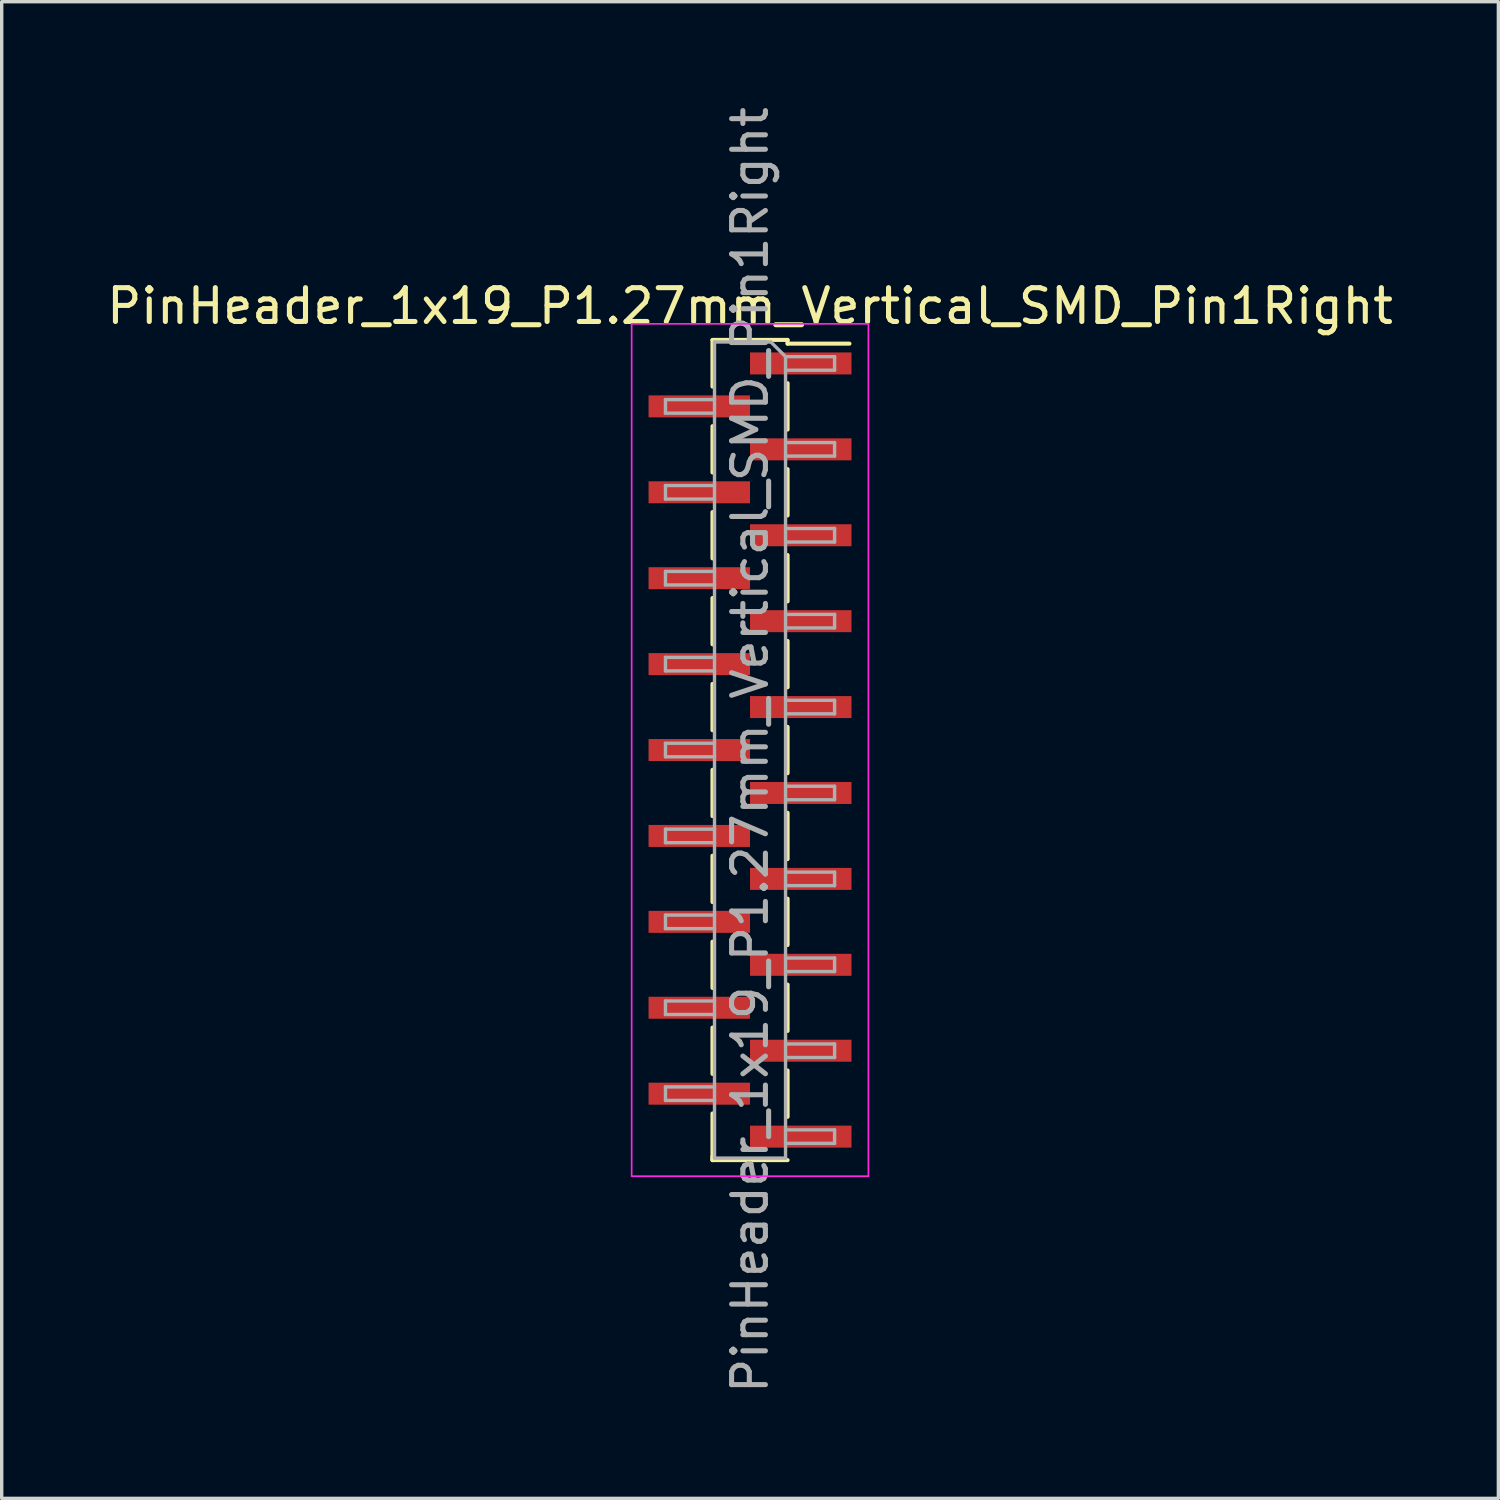
<source format=kicad_pcb>
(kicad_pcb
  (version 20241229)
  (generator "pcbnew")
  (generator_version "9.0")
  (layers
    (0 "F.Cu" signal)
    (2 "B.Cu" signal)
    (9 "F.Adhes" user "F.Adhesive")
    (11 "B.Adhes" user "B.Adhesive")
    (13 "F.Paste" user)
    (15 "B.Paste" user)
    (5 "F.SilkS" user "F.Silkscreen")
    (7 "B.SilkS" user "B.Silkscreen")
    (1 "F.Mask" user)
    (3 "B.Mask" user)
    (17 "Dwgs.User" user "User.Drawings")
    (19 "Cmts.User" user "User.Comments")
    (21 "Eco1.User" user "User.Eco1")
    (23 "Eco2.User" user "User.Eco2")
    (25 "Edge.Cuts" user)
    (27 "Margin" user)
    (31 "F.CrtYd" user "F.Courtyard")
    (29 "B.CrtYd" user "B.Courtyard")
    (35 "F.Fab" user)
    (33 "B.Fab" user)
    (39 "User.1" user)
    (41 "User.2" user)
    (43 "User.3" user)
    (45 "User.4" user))
  (footprint "PinHeader_1x19_P1.27mm_Vertical_SMD_Pin1Right"
    (layer "F.Cu")
    (at 19.125 19.125)
    (property "Reference" "PinHeader_1x19_P1.27mm_Vertical_SMD_Pin1Right" (at 0 -13.125 0) (layer "F.SilkS") (effects (font (size 1 1) (thickness 0.15))))
    (attr smd)
    (fp_line (start -1.11 -12.125) (end 1.11 -12.125) (stroke (width 0.12) (type solid)) (layer "F.SilkS"))
    (fp_line (start -1.11 -12.115) (end -1.11 -10.745) (stroke (width 0.12) (type solid)) (layer "F.SilkS"))
    (fp_line (start -1.11 -9.575) (end -1.11 -8.205) (stroke (width 0.12) (type solid)) (layer "F.SilkS"))
    (fp_line (start -1.11 -7.035) (end -1.11 -5.665) (stroke (width 0.12) (type solid)) (layer "F.SilkS"))
    (fp_line (start -1.11 -4.495) (end -1.11 -3.125) (stroke (width 0.12) (type solid)) (layer "F.SilkS"))
    (fp_line (start -1.11 -1.955) (end -1.11 -0.585) (stroke (width 0.12) (type solid)) (layer "F.SilkS"))
    (fp_line (start -1.11 0.585) (end -1.11 1.955) (stroke (width 0.12) (type solid)) (layer "F.SilkS"))
    (fp_line (start -1.11 3.125) (end -1.11 4.495) (stroke (width 0.12) (type solid)) (layer "F.SilkS"))
    (fp_line (start -1.11 5.665) (end -1.11 7.035) (stroke (width 0.12) (type solid)) (layer "F.SilkS"))
    (fp_line (start -1.11 8.205) (end -1.11 9.575) (stroke (width 0.12) (type solid)) (layer "F.SilkS"))
    (fp_line (start -1.11 10.745) (end -1.11 12.115) (stroke (width 0.12) (type solid)) (layer "F.SilkS"))
    (fp_line (start -1.11 12.015) (end -1.11 12.125) (stroke (width 0.12) (type solid)) (layer "F.SilkS"))
    (fp_line (start -1.11 12.125) (end 1.11 12.125) (stroke (width 0.12) (type solid)) (layer "F.SilkS"))
    (fp_line (start 1.11 -12.125) (end 1.11 -12.015) (stroke (width 0.12) (type solid)) (layer "F.SilkS"))
    (fp_line (start 1.11 -12.015) (end 2.94 -12.015) (stroke (width 0.12) (type solid)) (layer "F.SilkS"))
    (fp_line (start 1.11 -10.845) (end 1.11 -9.475) (stroke (width 0.12) (type solid)) (layer "F.SilkS"))
    (fp_line (start 1.11 -8.305) (end 1.11 -6.935) (stroke (width 0.12) (type solid)) (layer "F.SilkS"))
    (fp_line (start 1.11 -5.765) (end 1.11 -4.395) (stroke (width 0.12) (type solid)) (layer "F.SilkS"))
    (fp_line (start 1.11 -3.225) (end 1.11 -1.855) (stroke (width 0.12) (type solid)) (layer "F.SilkS"))
    (fp_line (start 1.11 -0.685) (end 1.11 0.685) (stroke (width 0.12) (type solid)) (layer "F.SilkS"))
    (fp_line (start 1.11 1.855) (end 1.11 3.225) (stroke (width 0.12) (type solid)) (layer "F.SilkS"))
    (fp_line (start 1.11 4.395) (end 1.11 5.765) (stroke (width 0.12) (type solid)) (layer "F.SilkS"))
    (fp_line (start 1.11 6.935) (end 1.11 8.305) (stroke (width 0.12) (type solid)) (layer "F.SilkS"))
    (fp_line (start 1.11 9.475) (end 1.11 10.845) (stroke (width 0.12) (type solid)) (layer "F.SilkS"))
    (fp_line (start -3.5 -12.6) (end -3.5 12.6) (stroke (width 0.05) (type solid)) (layer "F.CrtYd"))
    (fp_line (start -3.5 12.6) (end 3.5 12.6) (stroke (width 0.05) (type solid)) (layer "F.CrtYd"))
    (fp_line (start 3.5 -12.6) (end -3.5 -12.6) (stroke (width 0.05) (type solid)) (layer "F.CrtYd"))
    (fp_line (start 3.5 12.6) (end 3.5 -12.6) (stroke (width 0.05) (type solid)) (layer "F.CrtYd"))
    (fp_line (start -2.5 -10.36) (end -2.5 -9.96) (stroke (width 0.1) (type solid)) (layer "F.Fab"))
    (fp_line (start -2.5 -9.96) (end -1.05 -9.96) (stroke (width 0.1) (type solid)) (layer "F.Fab"))
    (fp_line (start -2.5 -7.82) (end -2.5 -7.42) (stroke (width 0.1) (type solid)) (layer "F.Fab"))
    (fp_line (start -2.5 -7.42) (end -1.05 -7.42) (stroke (width 0.1) (type solid)) (layer "F.Fab"))
    (fp_line (start -2.5 -5.28) (end -2.5 -4.88) (stroke (width 0.1) (type solid)) (layer "F.Fab"))
    (fp_line (start -2.5 -4.88) (end -1.05 -4.88) (stroke (width 0.1) (type solid)) (layer "F.Fab"))
    (fp_line (start -2.5 -2.74) (end -2.5 -2.34) (stroke (width 0.1) (type solid)) (layer "F.Fab"))
    (fp_line (start -2.5 -2.34) (end -1.05 -2.34) (stroke (width 0.1) (type solid)) (layer "F.Fab"))
    (fp_line (start -2.5 -0.2) (end -2.5 0.2) (stroke (width 0.1) (type solid)) (layer "F.Fab"))
    (fp_line (start -2.5 0.2) (end -1.05 0.2) (stroke (width 0.1) (type solid)) (layer "F.Fab"))
    (fp_line (start -2.5 2.34) (end -2.5 2.74) (stroke (width 0.1) (type solid)) (layer "F.Fab"))
    (fp_line (start -2.5 2.74) (end -1.05 2.74) (stroke (width 0.1) (type solid)) (layer "F.Fab"))
    (fp_line (start -2.5 4.88) (end -2.5 5.28) (stroke (width 0.1) (type solid)) (layer "F.Fab"))
    (fp_line (start -2.5 5.28) (end -1.05 5.28) (stroke (width 0.1) (type solid)) (layer "F.Fab"))
    (fp_line (start -2.5 7.42) (end -2.5 7.82) (stroke (width 0.1) (type solid)) (layer "F.Fab"))
    (fp_line (start -2.5 7.82) (end -1.05 7.82) (stroke (width 0.1) (type solid)) (layer "F.Fab"))
    (fp_line (start -2.5 9.96) (end -2.5 10.36) (stroke (width 0.1) (type solid)) (layer "F.Fab"))
    (fp_line (start -2.5 10.36) (end -1.05 10.36) (stroke (width 0.1) (type solid)) (layer "F.Fab"))
    (fp_line (start -1.05 -12.065) (end -1.05 12.065) (stroke (width 0.1) (type solid)) (layer "F.Fab"))
    (fp_line (start -1.05 -12.065) (end 0.615 -12.065) (stroke (width 0.1) (type solid)) (layer "F.Fab"))
    (fp_line (start -1.05 -10.36) (end -2.5 -10.36) (stroke (width 0.1) (type solid)) (layer "F.Fab"))
    (fp_line (start -1.05 -7.82) (end -2.5 -7.82) (stroke (width 0.1) (type solid)) (layer "F.Fab"))
    (fp_line (start -1.05 -5.28) (end -2.5 -5.28) (stroke (width 0.1) (type solid)) (layer "F.Fab"))
    (fp_line (start -1.05 -2.74) (end -2.5 -2.74) (stroke (width 0.1) (type solid)) (layer "F.Fab"))
    (fp_line (start -1.05 -0.2) (end -2.5 -0.2) (stroke (width 0.1) (type solid)) (layer "F.Fab"))
    (fp_line (start -1.05 2.34) (end -2.5 2.34) (stroke (width 0.1) (type solid)) (layer "F.Fab"))
    (fp_line (start -1.05 4.88) (end -2.5 4.88) (stroke (width 0.1) (type solid)) (layer "F.Fab"))
    (fp_line (start -1.05 7.42) (end -2.5 7.42) (stroke (width 0.1) (type solid)) (layer "F.Fab"))
    (fp_line (start -1.05 9.96) (end -2.5 9.96) (stroke (width 0.1) (type solid)) (layer "F.Fab"))
    (fp_line (start 1.05 -11.63) (end 0.615 -12.065) (stroke (width 0.1) (type solid)) (layer "F.Fab"))
    (fp_line (start 1.05 -11.63) (end 2.5 -11.63) (stroke (width 0.1) (type solid)) (layer "F.Fab"))
    (fp_line (start 1.05 -9.09) (end 2.5 -9.09) (stroke (width 0.1) (type solid)) (layer "F.Fab"))
    (fp_line (start 1.05 -6.55) (end 2.5 -6.55) (stroke (width 0.1) (type solid)) (layer "F.Fab"))
    (fp_line (start 1.05 -4.01) (end 2.5 -4.01) (stroke (width 0.1) (type solid)) (layer "F.Fab"))
    (fp_line (start 1.05 -1.47) (end 2.5 -1.47) (stroke (width 0.1) (type solid)) (layer "F.Fab"))
    (fp_line (start 1.05 1.07) (end 2.5 1.07) (stroke (width 0.1) (type solid)) (layer "F.Fab"))
    (fp_line (start 1.05 3.61) (end 2.5 3.61) (stroke (width 0.1) (type solid)) (layer "F.Fab"))
    (fp_line (start 1.05 6.15) (end 2.5 6.15) (stroke (width 0.1) (type solid)) (layer "F.Fab"))
    (fp_line (start 1.05 8.69) (end 2.5 8.69) (stroke (width 0.1) (type solid)) (layer "F.Fab"))
    (fp_line (start 1.05 11.23) (end 2.5 11.23) (stroke (width 0.1) (type solid)) (layer "F.Fab"))
    (fp_line (start 1.05 12.065) (end -1.05 12.065) (stroke (width 0.1) (type solid)) (layer "F.Fab"))
    (fp_line (start 1.05 12.065) (end 1.05 -11.63) (stroke (width 0.1) (type solid)) (layer "F.Fab"))
    (fp_line (start 2.5 -11.63) (end 2.5 -11.23) (stroke (width 0.1) (type solid)) (layer "F.Fab"))
    (fp_line (start 2.5 -11.23) (end 1.05 -11.23) (stroke (width 0.1) (type solid)) (layer "F.Fab"))
    (fp_line (start 2.5 -9.09) (end 2.5 -8.69) (stroke (width 0.1) (type solid)) (layer "F.Fab"))
    (fp_line (start 2.5 -8.69) (end 1.05 -8.69) (stroke (width 0.1) (type solid)) (layer "F.Fab"))
    (fp_line (start 2.5 -6.55) (end 2.5 -6.15) (stroke (width 0.1) (type solid)) (layer "F.Fab"))
    (fp_line (start 2.5 -6.15) (end 1.05 -6.15) (stroke (width 0.1) (type solid)) (layer "F.Fab"))
    (fp_line (start 2.5 -4.01) (end 2.5 -3.61) (stroke (width 0.1) (type solid)) (layer "F.Fab"))
    (fp_line (start 2.5 -3.61) (end 1.05 -3.61) (stroke (width 0.1) (type solid)) (layer "F.Fab"))
    (fp_line (start 2.5 -1.47) (end 2.5 -1.07) (stroke (width 0.1) (type solid)) (layer "F.Fab"))
    (fp_line (start 2.5 -1.07) (end 1.05 -1.07) (stroke (width 0.1) (type solid)) (layer "F.Fab"))
    (fp_line (start 2.5 1.07) (end 2.5 1.47) (stroke (width 0.1) (type solid)) (layer "F.Fab"))
    (fp_line (start 2.5 1.47) (end 1.05 1.47) (stroke (width 0.1) (type solid)) (layer "F.Fab"))
    (fp_line (start 2.5 3.61) (end 2.5 4.01) (stroke (width 0.1) (type solid)) (layer "F.Fab"))
    (fp_line (start 2.5 4.01) (end 1.05 4.01) (stroke (width 0.1) (type solid)) (layer "F.Fab"))
    (fp_line (start 2.5 6.15) (end 2.5 6.55) (stroke (width 0.1) (type solid)) (layer "F.Fab"))
    (fp_line (start 2.5 6.55) (end 1.05 6.55) (stroke (width 0.1) (type solid)) (layer "F.Fab"))
    (fp_line (start 2.5 8.69) (end 2.5 9.09) (stroke (width 0.1) (type solid)) (layer "F.Fab"))
    (fp_line (start 2.5 9.09) (end 1.05 9.09) (stroke (width 0.1) (type solid)) (layer "F.Fab"))
    (fp_line (start 2.5 11.23) (end 2.5 11.63) (stroke (width 0.1) (type solid)) (layer "F.Fab"))
    (fp_line (start 2.5 11.63) (end 1.05 11.63) (stroke (width 0.1) (type solid)) (layer "F.Fab"))
    (fp_text user "${REFERENCE}" (at 0 0 90) (layer "F.Fab") (effects (font (size 1 1) (thickness 0.15))))
    (pad "1" smd rect (at 1.5 -11.43) (size 3 0.65) (layers "F.Cu" "F.Mask" "F.Paste"))
    (pad "2" smd rect (at -1.5 -10.16) (size 3 0.65) (layers "F.Cu" "F.Mask" "F.Paste"))
    (pad "3" smd rect (at 1.5 -8.89) (size 3 0.65) (layers "F.Cu" "F.Mask" "F.Paste"))
    (pad "4" smd rect (at -1.5 -7.62) (size 3 0.65) (layers "F.Cu" "F.Mask" "F.Paste"))
    (pad "5" smd rect (at 1.5 -6.35) (size 3 0.65) (layers "F.Cu" "F.Mask" "F.Paste"))
    (pad "6" smd rect (at -1.5 -5.08) (size 3 0.65) (layers "F.Cu" "F.Mask" "F.Paste"))
    (pad "7" smd rect (at 1.5 -3.81) (size 3 0.65) (layers "F.Cu" "F.Mask" "F.Paste"))
    (pad "8" smd rect (at -1.5 -2.54) (size 3 0.65) (layers "F.Cu" "F.Mask" "F.Paste"))
    (pad "9" smd rect (at 1.5 -1.27) (size 3 0.65) (layers "F.Cu" "F.Mask" "F.Paste"))
    (pad "10" smd rect (at -1.5 0) (size 3 0.65) (layers "F.Cu" "F.Mask" "F.Paste"))
    (pad "11" smd rect (at 1.5 1.27) (size 3 0.65) (layers "F.Cu" "F.Mask" "F.Paste"))
    (pad "12" smd rect (at -1.5 2.54) (size 3 0.65) (layers "F.Cu" "F.Mask" "F.Paste"))
    (pad "13" smd rect (at 1.5 3.81) (size 3 0.65) (layers "F.Cu" "F.Mask" "F.Paste"))
    (pad "14" smd rect (at -1.5 5.08) (size 3 0.65) (layers "F.Cu" "F.Mask" "F.Paste"))
    (pad "15" smd rect (at 1.5 6.35) (size 3 0.65) (layers "F.Cu" "F.Mask" "F.Paste"))
    (pad "16" smd rect (at -1.5 7.62) (size 3 0.65) (layers "F.Cu" "F.Mask" "F.Paste"))
    (pad "17" smd rect (at 1.5 8.89) (size 3 0.65) (layers "F.Cu" "F.Mask" "F.Paste"))
    (pad "18" smd rect (at -1.5 10.16) (size 3 0.65) (layers "F.Cu" "F.Mask" "F.Paste"))
    (pad "19" smd rect (at 1.5 11.43) (size 3 0.65) (layers "F.Cu" "F.Mask" "F.Paste")))
  (gr_rect
    (start -3 -3)
    (end 41.25 41.25)
    (stroke (width 0.1) (type default))
    (fill no)
    (layer "Edge.Cuts")))
</source>
